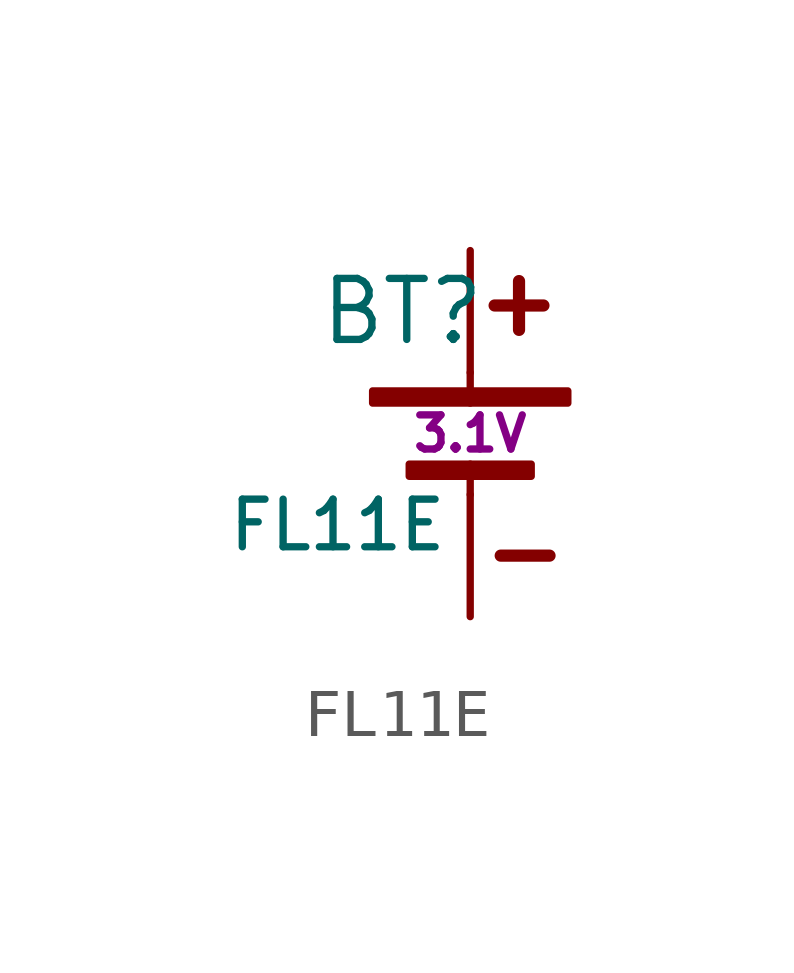
<source format=kicad_sym>
(kicad_symbol_lib
  (version 20211014)
  (generator kicad_symbol_editor)
  (symbol "FL11E"
    (pin_numbers hide)
    (pin_names
      (offset 0) hide)
    (property "Reference" "BT"
      (at -3.175 2.54 0)
      (effects (font (size 1.27 1.27)) (justify left)))
    (property "Value" "FL11E"
      (at -5.08 -1.905 0)
      (effects (font (size 0.991 0.991)) (justify left)))
    (property "Max Voltage" "3.1V"
      (at 0 0 0)
      (effects (font (size 0.711 0.711))))
    (symbol "FL11E_0_1"
      (rectangle (start -2.032 0.889) (end 2.032 0.635) (stroke (width 0) (type default) (color 0 0 0 0)) (fill (type outline)))
      (rectangle (start -1.27 -0.635) (end 1.27 -0.889) (stroke (width 0) (type default) (color 0 0 0 0)) (fill (type outline)))
      (polyline (pts (xy 0 -1.27) (xy 0 -0.635)) (stroke (width 0) (type default) (color 0 0 0 0)) (fill (type none)))
      (polyline (pts (xy 0 1.27) (xy 0 0.635)) (stroke (width 0) (type default) (color 0 0 0 0)) (fill (type none)))
      (polyline (pts (xy 0.508 2.667) (xy 1.524 2.667)) (stroke (width 0.254) (type default) (color 0 0 0 0)) (fill (type none)))
      (polyline (pts (xy 0.635 -2.54) (xy 1.651 -2.54)) (stroke (width 0.254) (type default) (color 0 0 0 0)) (fill (type none)))
      (polyline (pts (xy 1.016 3.175) (xy 1.016 2.159)) (stroke (width 0.254) (type default) (color 0 0 0 0)) (fill (type none))))
    (symbol "FL11E_1_1"
      (pin passive line (at 0 3.81 270) (length 2.54) (name "+" (effects (font (size 0.991 0.991)))) (number "1" (effects (font (size 1.27 1.27)))))
      (pin passive line (at 0 -3.81 90) (length 2.54) (name "-" (effects (font (size 0.991 0.991)))) (number "2" (effects (font (size 1.27 1.27))))))))
</source>
